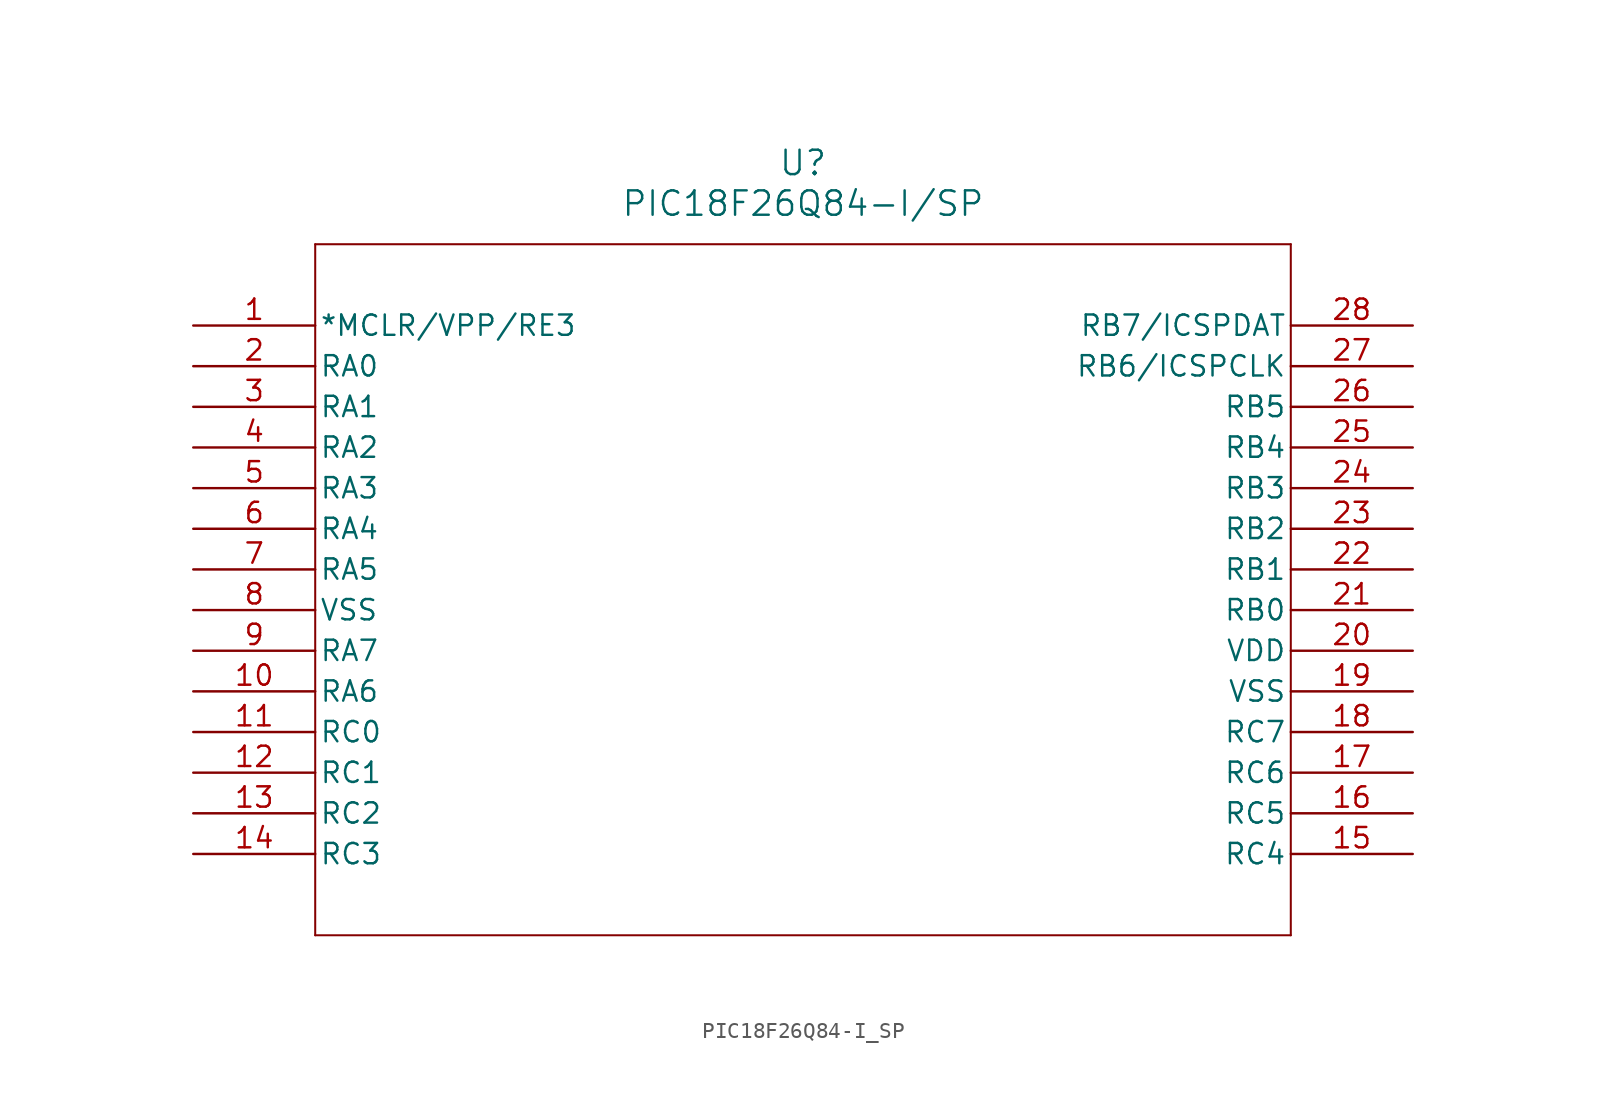
<source format=kicad_sym>
(kicad_symbol_lib
  (version 20211014)
  (generator kicad_symbol_editor)
  (symbol "PIC18F26Q84-I_SP"
    (pin_names
      (offset 0.254))
    (property "Reference" "U"
      (at 38.1 10.16 0)
      (effects (font (size 1.524 1.524))))
    (property "Value" "PIC18F26Q84-I/SP"
      (at 38.1 7.62 0)
      (effects (font (size 1.524 1.524))))
    (symbol "PIC18F26Q84-I_SP_0_1"
      (polyline (pts (xy 7.62 5.08) (xy 7.62 -38.1)) (stroke (width 0.127) (type default) (color 0 0 0 0)) (fill (type none)))
      (polyline (pts (xy 7.62 -38.1) (xy 68.58 -38.1)) (stroke (width 0.127) (type default) (color 0 0 0 0)) (fill (type none)))
      (polyline (pts (xy 68.58 -38.1) (xy 68.58 5.08)) (stroke (width 0.127) (type default) (color 0 0 0 0)) (fill (type none)))
      (polyline (pts (xy 68.58 5.08) (xy 7.62 5.08)) (stroke (width 0.127) (type default) (color 0 0 0 0)) (fill (type none)))
      (pin bidirectional line (at 0 0 0) (length 7.62) (name "*MCLR/VPP/RE3" (effects (font (size 1.27 1.27)))) (number "1" (effects (font (size 1.27 1.27)))))
      (pin bidirectional line (at 0 -2.54 0) (length 7.62) (name "RA0" (effects (font (size 1.27 1.27)))) (number "2" (effects (font (size 1.27 1.27)))))
      (pin bidirectional line (at 0 -5.08 0) (length 7.62) (name "RA1" (effects (font (size 1.27 1.27)))) (number "3" (effects (font (size 1.27 1.27)))))
      (pin bidirectional line (at 0 -7.62 0) (length 7.62) (name "RA2" (effects (font (size 1.27 1.27)))) (number "4" (effects (font (size 1.27 1.27)))))
      (pin bidirectional line (at 0 -10.16 0) (length 7.62) (name "RA3" (effects (font (size 1.27 1.27)))) (number "5" (effects (font (size 1.27 1.27)))))
      (pin bidirectional line (at 0 -12.7 0) (length 7.62) (name "RA4" (effects (font (size 1.27 1.27)))) (number "6" (effects (font (size 1.27 1.27)))))
      (pin bidirectional line (at 0 -15.24 0) (length 7.62) (name "RA5" (effects (font (size 1.27 1.27)))) (number "7" (effects (font (size 1.27 1.27)))))
      (pin power_out line (at 0 -17.78 0) (length 7.62) (name "VSS" (effects (font (size 1.27 1.27)))) (number "8" (effects (font (size 1.27 1.27)))))
      (pin bidirectional line (at 0 -20.32 0) (length 7.62) (name "RA7" (effects (font (size 1.27 1.27)))) (number "9" (effects (font (size 1.27 1.27)))))
      (pin bidirectional line (at 0 -22.86 0) (length 7.62) (name "RA6" (effects (font (size 1.27 1.27)))) (number "10" (effects (font (size 1.27 1.27)))))
      (pin bidirectional line (at 0 -25.4 0) (length 7.62) (name "RC0" (effects (font (size 1.27 1.27)))) (number "11" (effects (font (size 1.27 1.27)))))
      (pin bidirectional line (at 0 -27.94 0) (length 7.62) (name "RC1" (effects (font (size 1.27 1.27)))) (number "12" (effects (font (size 1.27 1.27)))))
      (pin bidirectional line (at 0 -30.48 0) (length 7.62) (name "RC2" (effects (font (size 1.27 1.27)))) (number "13" (effects (font (size 1.27 1.27)))))
      (pin bidirectional line (at 0 -33.02 0) (length 7.62) (name "RC3" (effects (font (size 1.27 1.27)))) (number "14" (effects (font (size 1.27 1.27)))))
      (pin bidirectional line (at 76.2 -33.02 180) (length 7.62) (name "RC4" (effects (font (size 1.27 1.27)))) (number "15" (effects (font (size 1.27 1.27)))))
      (pin bidirectional line (at 76.2 -30.48 180) (length 7.62) (name "RC5" (effects (font (size 1.27 1.27)))) (number "16" (effects (font (size 1.27 1.27)))))
      (pin bidirectional line (at 76.2 -27.94 180) (length 7.62) (name "RC6" (effects (font (size 1.27 1.27)))) (number "17" (effects (font (size 1.27 1.27)))))
      (pin bidirectional line (at 76.2 -25.4 180) (length 7.62) (name "RC7" (effects (font (size 1.27 1.27)))) (number "18" (effects (font (size 1.27 1.27)))))
      (pin power_out line (at 76.2 -22.86 180) (length 7.62) (name "VSS" (effects (font (size 1.27 1.27)))) (number "19" (effects (font (size 1.27 1.27)))))
      (pin power_in line (at 76.2 -20.32 180) (length 7.62) (name "VDD" (effects (font (size 1.27 1.27)))) (number "20" (effects (font (size 1.27 1.27)))))
      (pin bidirectional line (at 76.2 -17.78 180) (length 7.62) (name "RB0" (effects (font (size 1.27 1.27)))) (number "21" (effects (font (size 1.27 1.27)))))
      (pin bidirectional line (at 76.2 -15.24 180) (length 7.62) (name "RB1" (effects (font (size 1.27 1.27)))) (number "22" (effects (font (size 1.27 1.27)))))
      (pin bidirectional line (at 76.2 -12.7 180) (length 7.62) (name "RB2" (effects (font (size 1.27 1.27)))) (number "23" (effects (font (size 1.27 1.27)))))
      (pin bidirectional line (at 76.2 -10.16 180) (length 7.62) (name "RB3" (effects (font (size 1.27 1.27)))) (number "24" (effects (font (size 1.27 1.27)))))
      (pin bidirectional line (at 76.2 -7.62 180) (length 7.62) (name "RB4" (effects (font (size 1.27 1.27)))) (number "25" (effects (font (size 1.27 1.27)))))
      (pin bidirectional line (at 76.2 -5.08 180) (length 7.62) (name "RB5" (effects (font (size 1.27 1.27)))) (number "26" (effects (font (size 1.27 1.27)))))
      (pin bidirectional line (at 76.2 -2.54 180) (length 7.62) (name "RB6/ICSPCLK" (effects (font (size 1.27 1.27)))) (number "27" (effects (font (size 1.27 1.27)))))
      (pin bidirectional line (at 76.2 0 180) (length 7.62) (name "RB7/ICSPDAT" (effects (font (size 1.27 1.27)))) (number "28" (effects (font (size 1.27 1.27))))))))
</source>
